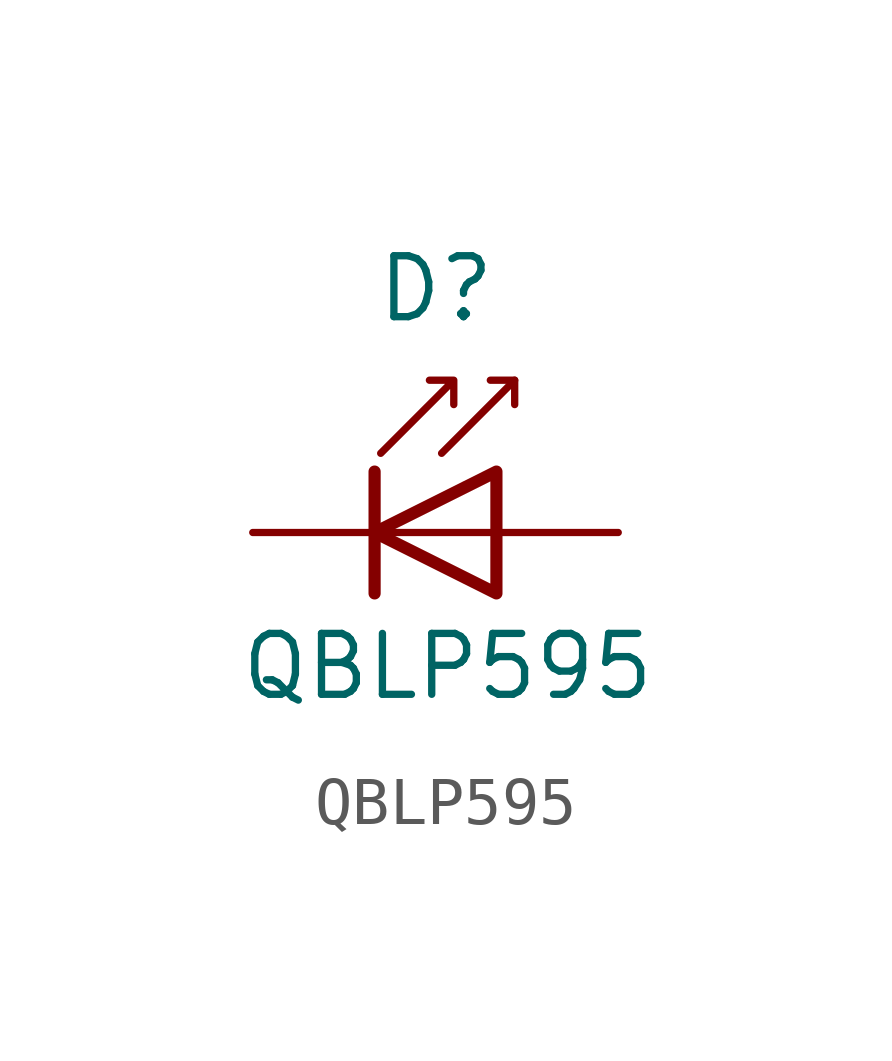
<source format=kicad_sym>
(kicad_symbol_lib
  (version 20220914)
  (generator kicad_symbol_editor)
  (symbol "QBLP595"
    (pin_numbers hide)
    (pin_names
      (offset 1.016) hide)
    (property "Reference" "D"
      (at -2.54 5.08 0)
      (effects (font (size 1.27 1.27)) (justify left)))
    (property "Value" "QBLP595"
      (at -1.016 -2.794 0)
      (effects (font (size 1.27 1.27))))
    (symbol "QBLP595_0_1"
      (polyline (pts (xy -2.54 1.27) (xy -2.54 -1.27)) (stroke (width 0.254) (type solid)) (fill (type none)))
      (polyline (pts (xy 0 0) (xy -2.54 0)) (stroke (width 0) (type solid)) (fill (type none)))
      (polyline (pts (xy 0.381 3.175) (xy -0.127 3.175)) (stroke (width 0) (type solid)) (fill (type none)))
      (polyline (pts (xy -1.143 1.651) (xy 0.381 3.175) (xy 0.381 2.667)) (stroke (width 0) (type solid)) (fill (type none)))
      (polyline (pts (xy 0 -1.27) (xy -2.54 0) (xy 0 1.27) (xy 0 -1.27)) (stroke (width 0.254) (type solid)) (fill (type none)))
      (polyline (pts (xy -2.413 1.651) (xy -0.889 3.175) (xy -0.889 2.667) (xy -0.889 3.175) (xy -1.397 3.175)) (stroke (width 0) (type solid)) (fill (type none))))
    (symbol "QBLP595_1_1"
      (pin passive line (at -5.08 0 0) (length 2.54) (name "K" (effects (font (size 1.27 1.27)))) (number "1" (effects (font (size 1.27 1.27)))))
      (pin passive line (at 2.54 0 180) (length 2.54) (name "A" (effects (font (size 1.27 1.27)))) (number "2" (effects (font (size 1.27 1.27))))))))
</source>
